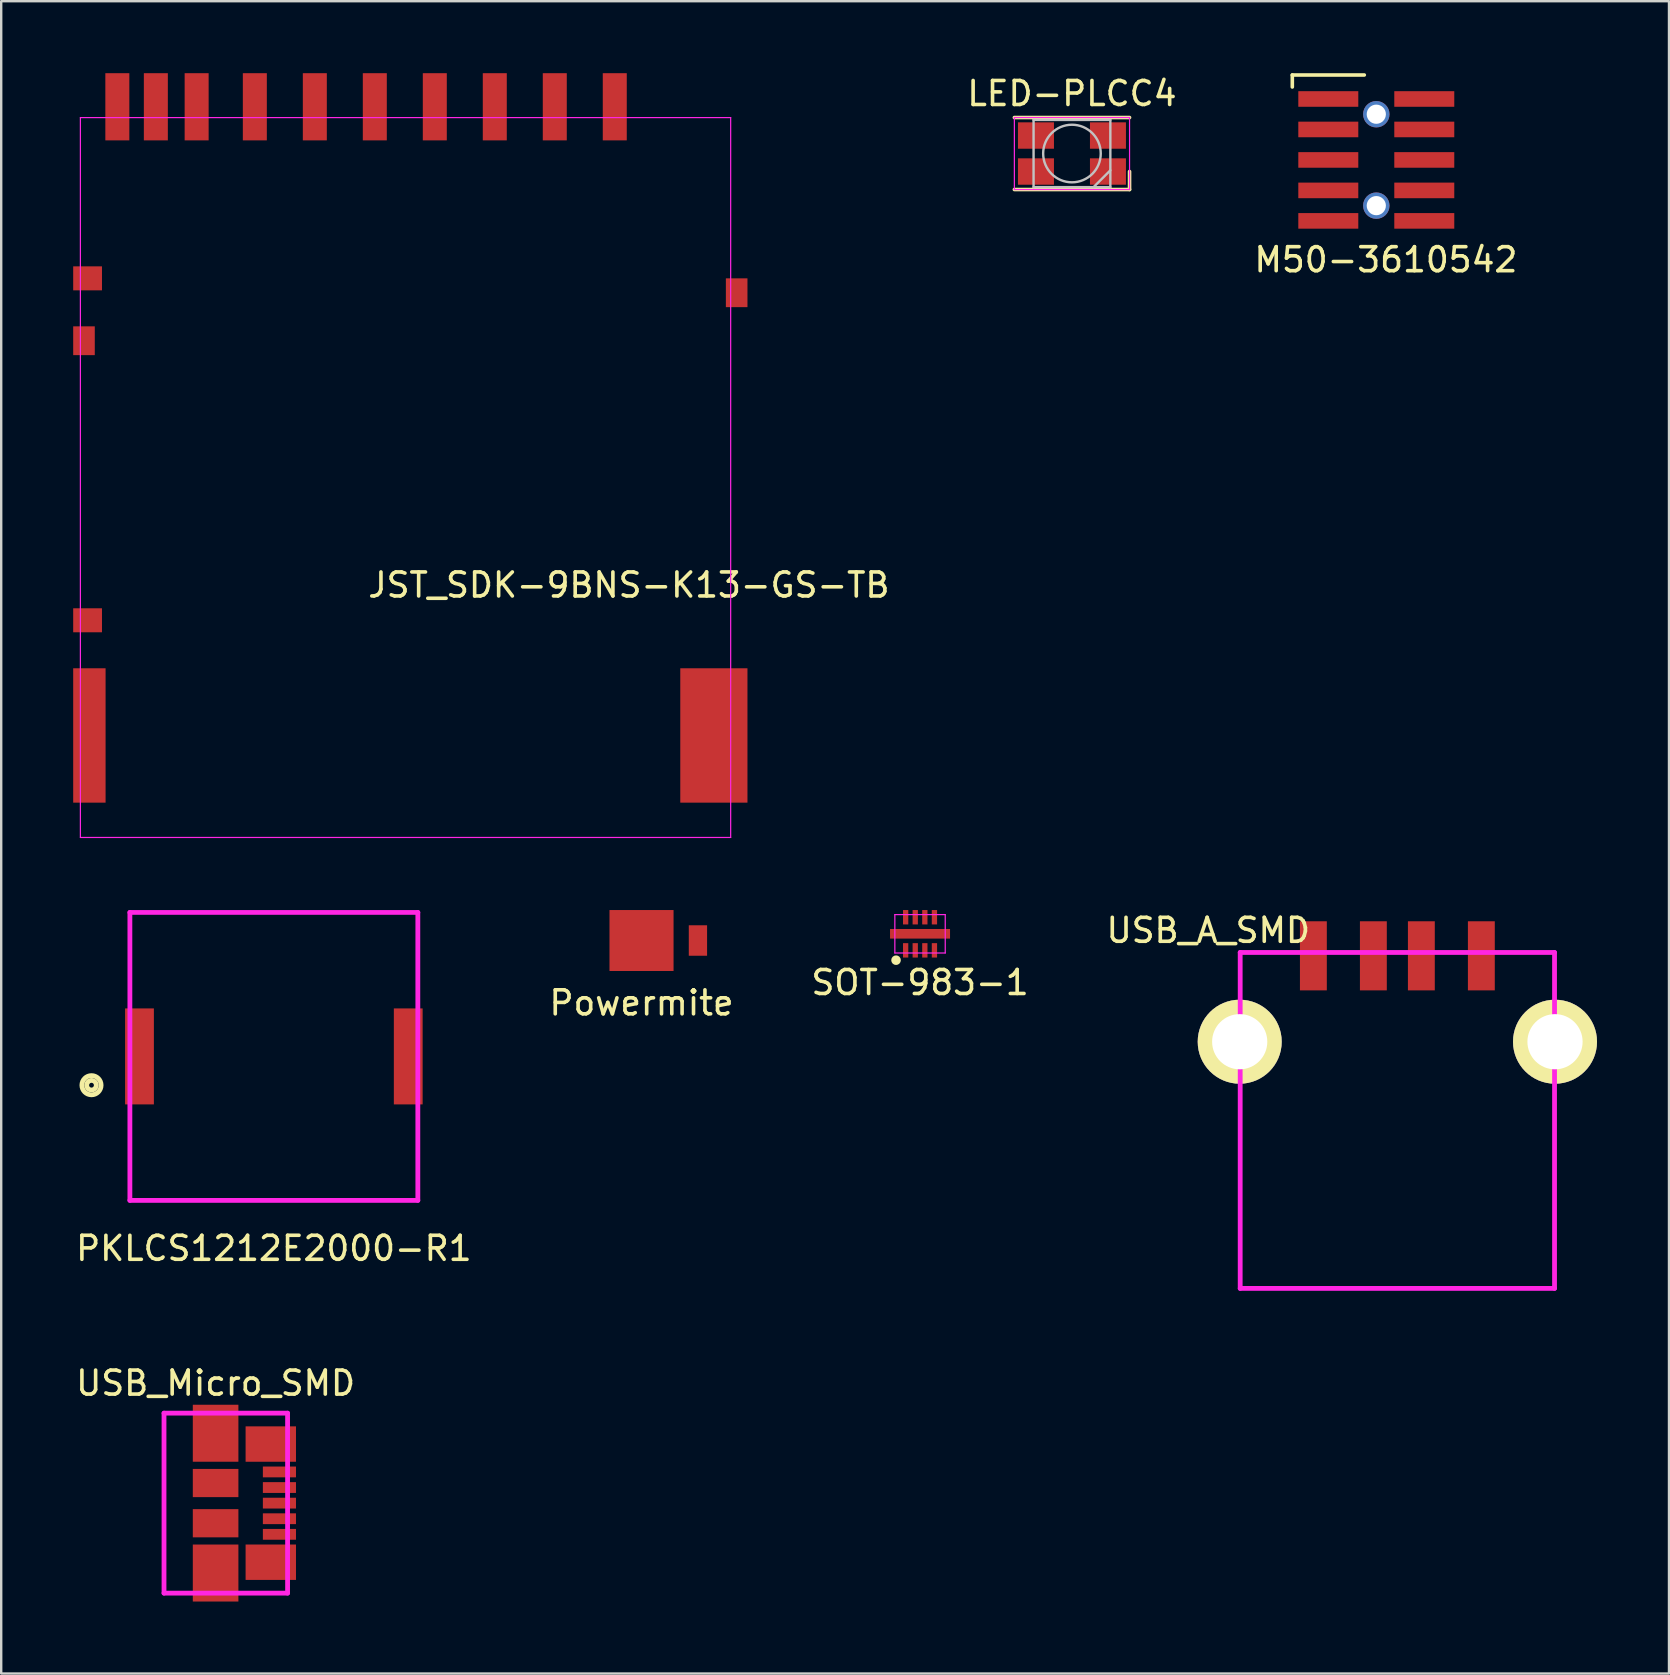
<source format=kicad_pcb>
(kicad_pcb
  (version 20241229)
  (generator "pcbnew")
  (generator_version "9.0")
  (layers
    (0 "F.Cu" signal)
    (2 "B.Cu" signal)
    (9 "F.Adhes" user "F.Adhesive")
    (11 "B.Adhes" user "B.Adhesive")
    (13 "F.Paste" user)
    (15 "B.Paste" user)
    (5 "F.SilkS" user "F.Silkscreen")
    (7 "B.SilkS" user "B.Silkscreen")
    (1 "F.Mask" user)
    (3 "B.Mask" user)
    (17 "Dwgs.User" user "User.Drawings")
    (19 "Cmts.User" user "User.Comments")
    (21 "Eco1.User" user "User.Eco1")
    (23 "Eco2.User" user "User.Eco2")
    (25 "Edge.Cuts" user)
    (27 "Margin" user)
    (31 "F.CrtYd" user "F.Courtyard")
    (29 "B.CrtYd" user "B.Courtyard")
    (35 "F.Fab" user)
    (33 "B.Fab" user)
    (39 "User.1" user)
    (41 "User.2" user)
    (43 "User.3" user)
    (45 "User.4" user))
  (footprint "JST_SDK-9BNS-K13-GS-TB"
    (layer "F.Cu")
    (at 13.195 1.4)
    (property "Reference" "JST_SDK-9BNS-K13-GS-TB" (at 9.964 19.931 0) (layer "F.SilkS") (effects (font (size 1 1) (thickness 0.15))))
    (attr through_hole)
    (fp_line (start -12.895 0.45) (end -12.895 30.45) (stroke (width 0.05) (type solid)) (layer "F.CrtYd"))
    (fp_line (start -12.895 0.45) (end 14.205 0.45) (stroke (width 0.05) (type solid)) (layer "F.CrtYd"))
    (fp_line (start -12.895 30.45) (end 14.205 30.45) (stroke (width 0.05) (type solid)) (layer "F.CrtYd"))
    (fp_line (start 14.205 0.45) (end 14.205 30.45) (stroke (width 0.05) (type solid)) (layer "F.CrtYd"))
    (pad "1" smd rect (at 6.875 0) (size 1 2.8) (layers "F.Cu" "F.Mask" "F.Paste"))
    (pad "2" smd rect (at 4.375 0) (size 1 2.8) (layers "F.Cu" "F.Mask" "F.Paste"))
    (pad "3" smd rect (at 1.875 0) (size 1 2.8) (layers "F.Cu" "F.Mask" "F.Paste"))
    (pad "4" smd rect (at -0.625 0) (size 1 2.8) (layers "F.Cu" "F.Mask" "F.Paste"))
    (pad "5" smd rect (at -3.125 0) (size 1 2.8) (layers "F.Cu" "F.Mask" "F.Paste"))
    (pad "6" smd rect (at -5.625 0) (size 1 2.8) (layers "F.Cu" "F.Mask" "F.Paste"))
    (pad "7" smd rect (at -8.05 0) (size 1 2.8) (layers "F.Cu" "F.Mask" "F.Paste"))
    (pad "8" smd rect (at -9.75 0) (size 1 2.8) (layers "F.Cu" "F.Mask" "F.Paste"))
    (pad "9" smd rect (at 9.375 0) (size 1 2.8) (layers "F.Cu" "F.Mask" "F.Paste"))
    (pad "10" smd rect (at -11.355 0) (size 1 2.8) (layers "F.Cu" "F.Mask" "F.Paste"))
    (pad "11" smd rect (at -12.595 21.4) (size 1.2 1) (layers "F.Cu" "F.Mask" "F.Paste"))
    (pad "12" smd rect (at -12.595 7.15) (size 1.2 1) (layers "F.Cu" "F.Mask" "F.Paste"))
    (pad "13" smd rect (at -12.52 26.2) (size 1.35 5.6) (layers "F.Cu" "F.Mask" "F.Paste"))
    (pad "14" smd rect (at -12.745 9.75) (size 0.9 1.2) (layers "F.Cu" "F.Mask" "F.Paste"))
    (pad "15" smd rect (at 14.455 7.75) (size 0.9 1.2) (layers "F.Cu" "F.Mask" "F.Paste"))
    (pad "16" smd rect (at 13.505 26.2) (size 2.8 5.6) (layers "F.Cu" "F.Mask" "F.Paste")))
  (footprint "LED-PLCC4"
    (layer "F.Cu")
    (at 41.623 3.348)
    (property "Reference" "LED-PLCC4" (at 0 -2.5 0) (layer "F.SilkS") (effects (font (size 1 1) (thickness 0.15))))
    (attr smd)
    (fp_line (start -2.4 -1.5) (end 2.4 -1.5) (stroke (width 0.15) (type solid)) (layer "F.SilkS"))
    (fp_line (start -2.4 1.5) (end 2.4 1.5) (stroke (width 0.15) (type solid)) (layer "F.SilkS"))
    (fp_line (start 2.4 1.5) (end 2.4 0.75) (stroke (width 0.15) (type solid)) (layer "F.SilkS"))
    (fp_line (start -1.6 -1.4) (end -1.6 1.4) (stroke (width 0.1) (type solid)) (layer "Dwgs.User"))
    (fp_line (start -1.6 -1.4) (end 1.6 -1.4) (stroke (width 0.1) (type solid)) (layer "Dwgs.User"))
    (fp_line (start -1.6 1.4) (end 1.6 1.4) (stroke (width 0.1) (type solid)) (layer "Dwgs.User"))
    (fp_line (start 0.9 1.4) (end 1.6 0.7) (stroke (width 0.1) (type solid)) (layer "Dwgs.User"))
    (fp_line (start 1.6 -1.4) (end 1.6 1.4) (stroke (width 0.1) (type solid)) (layer "Dwgs.User"))
    (fp_circle (center 0 0) (end 0 -1.2) (stroke (width 0.1) (type solid)) (fill no) (layer "Dwgs.User"))
    (fp_line (start -2.4 -1.5) (end -2.4 1.5) (stroke (width 0.05) (type solid)) (layer "F.CrtYd"))
    (fp_line (start -2.4 -1.5) (end 2.4 -1.5) (stroke (width 0.05) (type solid)) (layer "F.CrtYd"))
    (fp_line (start -2.4 1.5) (end 2.4 1.5) (stroke (width 0.05) (type solid)) (layer "F.CrtYd"))
    (fp_line (start 2.4 -1.5) (end 2.4 1.5) (stroke (width 0.05) (type solid)) (layer "F.CrtYd"))
    (pad "1" smd rect (at 1.5 0.75) (size 1.5 1.1) (layers "F.Cu" "F.Mask" "F.Paste"))
    (pad "2" smd rect (at -1.5 0.75) (size 1.5 1.1) (layers "F.Cu" "F.Mask" "F.Paste"))
    (pad "3" smd rect (at -1.5 -0.75) (size 1.5 1.1) (layers "F.Cu" "F.Mask" "F.Paste"))
    (pad "4" smd rect (at 1.5 -0.75) (size 1.5 1.1) (layers "F.Cu" "F.Mask" "F.Paste")))
  (footprint "M50-3610542"
    (layer "F.Cu")
    (at 54.306 3.615)
    (property "Reference" "M50-3610542" (at 0.4 4.16 0) (layer "F.SilkS") (effects (font (size 1 1) (thickness 0.15))))
    (attr through_hole)
    (fp_line (start -3.5 -3.54) (end -0.5 -3.54) (stroke (width 0.15) (type solid)) (layer "F.SilkS"))
    (fp_line (start -3.5 -3.04) (end -3.5 -3.54) (stroke (width 0.15) (type solid)) (layer "F.SilkS"))
    (pad "" np_thru_hole circle (at 0 -1.905) (size 1.1 1.1) (drill 0.8) (layers "*.Cu" "*.Mask"))
    (pad "" np_thru_hole circle (at 0 1.905) (size 1.1 1.1) (drill 0.8) (layers "*.Cu" "*.Mask"))
    (pad "1" smd rect (at -2 -2.54) (size 2.5 0.65) (layers "F.Cu" "F.Mask" "F.Paste"))
    (pad "2" smd rect (at 2 -2.54) (size 2.5 0.65) (layers "F.Cu" "F.Mask" "F.Paste"))
    (pad "3" smd rect (at -2 -1.27) (size 2.5 0.65) (layers "F.Cu" "F.Mask" "F.Paste"))
    (pad "4" smd rect (at 2 -1.27) (size 2.5 0.65) (layers "F.Cu" "F.Mask" "F.Paste"))
    (pad "5" smd rect (at -2 0) (size 2.5 0.65) (layers "F.Cu" "F.Mask" "F.Paste"))
    (pad "6" smd rect (at 2 0) (size 2.5 0.65) (layers "F.Cu" "F.Mask" "F.Paste"))
    (pad "7" smd rect (at -2 1.27) (size 2.5 0.65) (layers "F.Cu" "F.Mask" "F.Paste"))
    (pad "8" smd rect (at 2 1.27) (size 2.5 0.65) (layers "F.Cu" "F.Mask" "F.Paste"))
    (pad "9" smd rect (at -2 2.54) (size 2.5 0.65) (layers "F.Cu" "F.Mask" "F.Paste"))
    (pad "10" smd rect (at 2 2.54) (size 2.5 0.65) (layers "F.Cu" "F.Mask" "F.Paste")))
  (footprint "USB_Micro_SMD"
    (layer "F.Cu")
    (at 5.935 59.592)
    (property "Reference" "USB_Micro_SMD" (at 0 -5 0) (layer "F.SilkS") (effects (font (size 1 1) (thickness 0.15))))
    (attr through_hole)
    (fp_line (start -2.15 -3.75) (end -2.15 3.75) (stroke (width 0.2) (type solid)) (layer "F.CrtYd"))
    (fp_line (start -2.15 3.75) (end 3 3.75) (stroke (width 0.2) (type solid)) (layer "F.CrtYd"))
    (fp_line (start 3 -3.75) (end -2.15 -3.75) (stroke (width 0.2) (type solid)) (layer "F.CrtYd"))
    (fp_line (start 3 3.75) (end 3 -3.75) (stroke (width 0.2) (type solid)) (layer "F.CrtYd"))
    (pad "1" smd rect (at 2.66 -1.3) (size 1.38 0.45) (layers "F.Cu" "F.Mask" "F.Paste"))
    (pad "2" smd rect (at 2.66 -0.65) (size 1.38 0.45) (layers "F.Cu" "F.Mask" "F.Paste"))
    (pad "3" smd rect (at 2.66 0) (size 1.38 0.45) (layers "F.Cu" "F.Mask" "F.Paste"))
    (pad "4" smd rect (at 2.66 0.65) (size 1.38 0.45) (layers "F.Cu" "F.Mask" "F.Paste"))
    (pad "5" smd rect (at 2.66 1.3) (size 1.38 0.45) (layers "F.Cu" "F.Mask" "F.Paste"))
    (pad "6" smd rect (at 0 -2.913) (size 1.9 2.375) (layers "F.Cu" "F.Mask" "F.Paste"))
    (pad "6" smd rect (at 0 -0.838) (size 1.9 1.175) (layers "F.Cu" "F.Mask" "F.Paste"))
    (pad "6" smd rect (at 0 0.838) (size 1.9 1.175) (layers "F.Cu" "F.Mask" "F.Paste"))
    (pad "6" smd rect (at 0 2.913) (size 1.9 2.375) (layers "F.Cu" "F.Mask" "F.Paste"))
    (pad "6" smd rect (at 2.3 -2.462) (size 2.1 1.475) (layers "F.Cu" "F.Mask" "F.Paste"))
    (pad "6" smd rect (at 2.3 2.462) (size 2.1 1.475) (layers "F.Cu" "F.Mask" "F.Paste")))
  (footprint "SOT-983-1"
    (layer "F.Cu")
    (at 35.292 35.865)
    (property "Reference" "SOT-983-1" (at 0 2.032 180) (layer "F.SilkS") (effects (font (size 1 1) (thickness 0.15))))
    (attr smd)
    (fp_circle (center -1 1.1) (end -1 1.2) (stroke (width 0.2) (type solid)) (fill no) (layer "F.SilkS"))
    (fp_line (start -1.05 -0.8) (end 1.05 -0.8) (stroke (width 0.05) (type solid)) (layer "F.CrtYd"))
    (fp_line (start -1.05 0.8) (end -1.05 -0.8) (stroke (width 0.05) (type solid)) (layer "F.CrtYd"))
    (fp_line (start 1.05 -0.8) (end 1.05 0.8) (stroke (width 0.05) (type solid)) (layer "F.CrtYd"))
    (fp_line (start 1.05 0.8) (end -1.05 0.8) (stroke (width 0.05) (type solid)) (layer "F.CrtYd"))
    (pad "1" smd rect (at -0.6 0.69) (size 0.22 0.6) (layers "F.Cu" "F.Mask" "F.Paste"))
    (pad "2" smd rect (at -0.2 0.69) (size 0.22 0.6) (layers "F.Cu" "F.Mask" "F.Paste"))
    (pad "3" smd rect (at 0.2 0.69) (size 0.22 0.6) (layers "F.Cu" "F.Mask" "F.Paste"))
    (pad "4" smd rect (at 0.6 0.69) (size 0.22 0.6) (layers "F.Cu" "F.Mask" "F.Paste"))
    (pad "5" smd rect (at 0.6 -0.69) (size 0.22 0.6) (layers "F.Cu" "F.Mask" "F.Paste"))
    (pad "6" smd rect (at 0.2 -0.69) (size 0.22 0.6) (layers "F.Cu" "F.Mask" "F.Paste"))
    (pad "7" smd rect (at -0.2 -0.69) (size 0.22 0.6) (layers "F.Cu" "F.Mask" "F.Paste"))
    (pad "8" smd rect (at -0.6 -0.69) (size 0.22 0.6) (layers "F.Cu" "F.Mask" "F.Paste"))
    (pad "9" smd rect (at 0 0) (size 2.5 0.4) (layers "F.Cu" "F.Mask" "F.Paste")))
  (footprint "PKLCS1212E2000-R1"
    (layer "F.Cu")
    (at 8.363 40.975)
    (property "Reference" "PKLCS1212E2000-R1" (at 0 8 0) (layer "F.SilkS") (effects (font (size 1 1) (thickness 0.15))))
    (attr through_hole)
    (fp_circle (center -7.6 1.2) (end -7.6 1.4) (stroke (width 0.2) (type solid)) (fill no) (layer "F.SilkS"))
    (fp_circle (center -7.6 1.2) (end -7.6 1.6) (stroke (width 0.2) (type solid)) (fill no) (layer "F.SilkS"))
    (fp_line (start -6 -6) (end 6 -6) (stroke (width 0.2) (type solid)) (layer "F.CrtYd"))
    (fp_line (start -6 6) (end -6 -6) (stroke (width 0.2) (type solid)) (layer "F.CrtYd"))
    (fp_line (start 6 -6) (end 6 6) (stroke (width 0.2) (type solid)) (layer "F.CrtYd"))
    (fp_line (start 6 6) (end -6 6) (stroke (width 0.2) (type solid)) (layer "F.CrtYd"))
    (pad "1" smd rect (at -5.6 0) (size 1.2 4) (layers "F.Cu" "F.Mask" "F.Paste"))
    (pad "2" smd rect (at 5.6 0) (size 1.2 4) (layers "F.Cu" "F.Mask" "F.Paste")))
  (footprint "USB_A_SMD"
    (layer "F.Cu")
    (at 55.184 40.363)
    (property "Reference" "USB_A_SMD" (at -7.88 -4.64 0) (layer "F.SilkS") (effects (font (size 1 1) (thickness 0.15))))
    (attr through_hole)
    (fp_line (start -6.55 -3.72) (end 6.55 -3.72) (stroke (width 0.2) (type solid)) (layer "F.CrtYd"))
    (fp_line (start -6.55 10.28) (end -6.55 -3.72) (stroke (width 0.2) (type solid)) (layer "F.CrtYd"))
    (fp_line (start 6.55 -3.72) (end 6.55 10.28) (stroke (width 0.2) (type solid)) (layer "F.CrtYd"))
    (fp_line (start 6.55 10.28) (end -6.55 10.28) (stroke (width 0.2) (type solid)) (layer "F.CrtYd"))
    (pad "1" smd rect (at -3.5 -3.58) (size 1.12 2.88) (layers "F.Cu" "F.Mask" "F.Paste"))
    (pad "2" smd rect (at -1 -3.58) (size 1.12 2.88) (layers "F.Cu" "F.Mask" "F.Paste"))
    (pad "3" smd rect (at 1 -3.58) (size 1.12 2.88) (layers "F.Cu" "F.Mask" "F.Paste"))
    (pad "4" smd rect (at 3.5 -3.58) (size 1.12 2.88) (layers "F.Cu" "F.Mask" "F.Paste"))
    (pad "5" thru_hole circle (at -6.57 0) (size 3.5 3.5) (drill 2.3) (layers "*.Cu" "*.Mask" "F.SilkS"))
    (pad "5" thru_hole circle (at 6.57 0) (size 3.5 3.5) (drill 2.3) (layers "*.Cu" "*.Mask" "F.SilkS")))
  (footprint "Powermite"
    (layer "F.Cu")
    (at 23.685 36.145)
    (property "Reference" "Powermite" (at 0 2.6 0) (layer "F.SilkS") (effects (font (size 1 1) (thickness 0.15))))
    (attr through_hole)
    (pad "1" smd rect (at 0 0) (size 2.67 2.54) (layers "F.Cu" "F.Mask" "F.Paste"))
    (pad "2" smd rect (at 2.351 0) (size 0.762 1.27) (layers "F.Cu" "F.Mask" "F.Paste")))
  (gr_rect
    (start -3 -3)
    (end 66.504 66.692)
    (stroke (width 0.1) (type default))
    (fill no)
    (layer "Edge.Cuts")))
</source>
